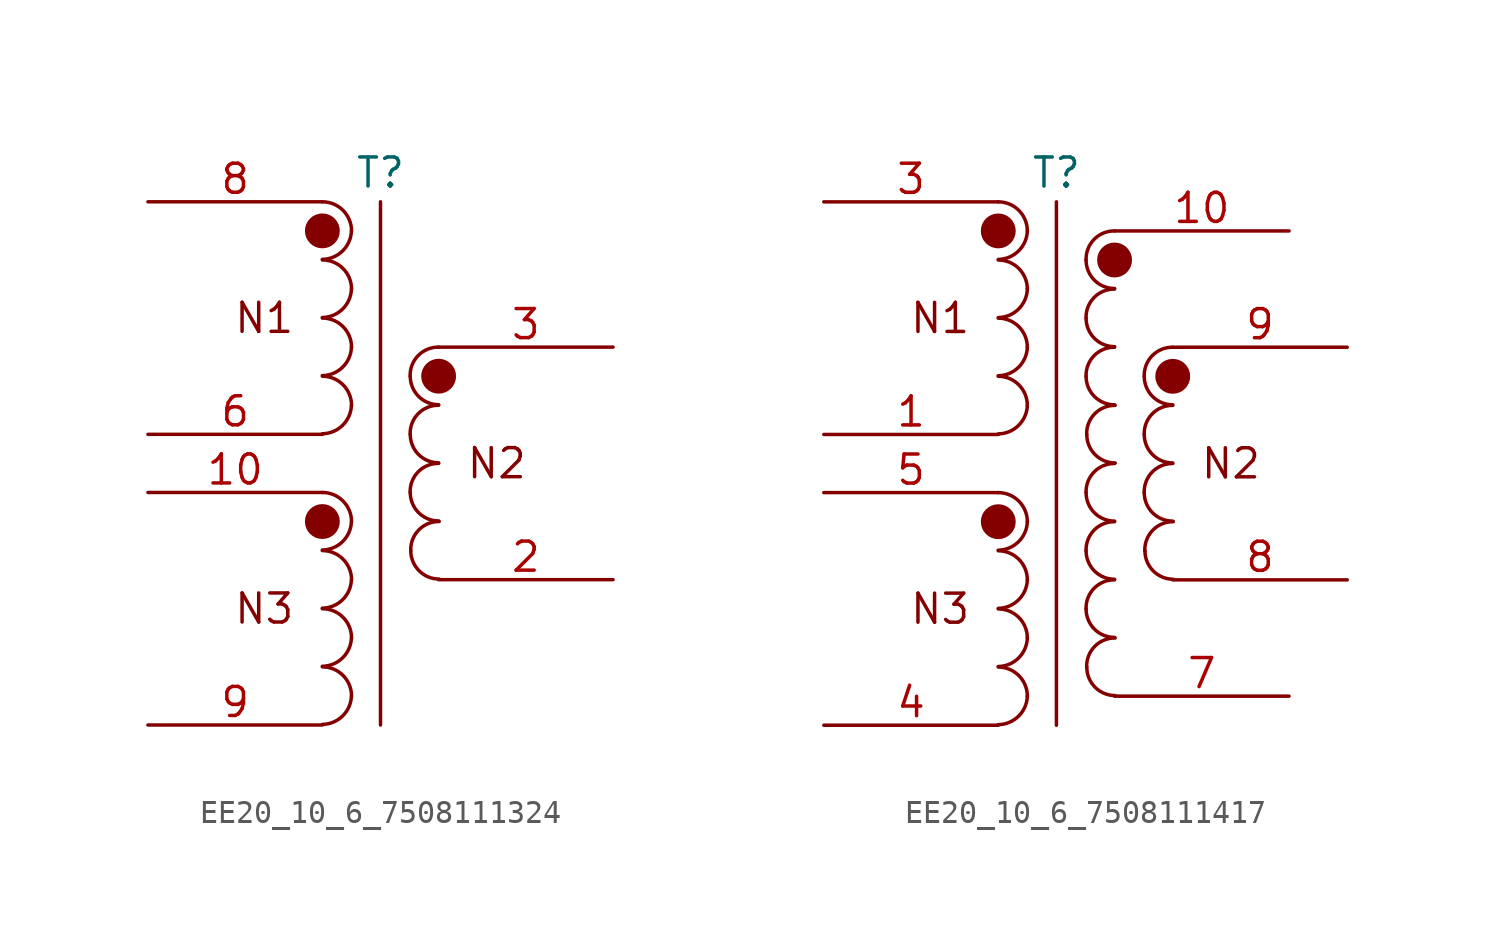
<source format=kicad_sym>
(kicad_symbol_lib
  (version 20220914)
  (generator kicad_symbol_editor)
  (symbol "EE20_10_6_7508111324"
    (pin_names hide)
    (property "Reference" "T"
      (at 0 12.7 0)
      (effects (font (size 1.27 1.27))))
    (symbol "EE20_10_6_7508111324_0_1"
      (arc (start -2.54 -11.4046) (mid -1.6561 -11.0363) (end -1.27 -10.16) (stroke (width 0) (type default)) (fill (type none)))
      (arc (start -2.54 -8.8646) (mid -1.6561 -8.4963) (end -1.27 -7.62) (stroke (width 0) (type default)) (fill (type none)))
      (arc (start -2.54 -6.3246) (mid -1.6561 -5.9563) (end -1.27 -5.08) (stroke (width 0) (type default)) (fill (type none)))
      (arc (start -2.54 -3.7846) (mid -1.6561 -3.4163) (end -1.27 -2.54) (stroke (width 0) (type default)) (fill (type none)))
      (arc (start -2.54 1.2954) (mid -1.6561 1.6637) (end -1.27 2.54) (stroke (width 0) (type default)) (fill (type none)))
      (arc (start -2.54 3.8354) (mid -1.6561 4.2037) (end -1.27 5.08) (stroke (width 0) (type default)) (fill (type none)))
      (arc (start -2.54 6.3754) (mid -1.6561 6.7437) (end -1.27 7.62) (stroke (width 0) (type default)) (fill (type none)))
      (arc (start -2.54 8.9154) (mid -1.6561 9.2837) (end -1.27 10.16) (stroke (width 0) (type default)) (fill (type none)))
      (arc (start -1.27 -10.16) (mid -1.642 -9.262) (end -2.54 -8.89) (stroke (width 0) (type default)) (fill (type none)))
      (arc (start -1.27 -7.62) (mid -1.642 -6.722) (end -2.54 -6.35) (stroke (width 0) (type default)) (fill (type none)))
      (arc (start -1.27 -5.08) (mid -1.642 -4.182) (end -2.54 -3.81) (stroke (width 0) (type default)) (fill (type none)))
      (arc (start -1.27 -2.54) (mid -1.642 -1.642) (end -2.54 -1.27) (stroke (width 0) (type default)) (fill (type none)))
      (arc (start -1.27 2.54) (mid -1.642 3.438) (end -2.54 3.81) (stroke (width 0) (type default)) (fill (type none)))
      (arc (start -1.27 5.08) (mid -1.642 5.978) (end -2.54 6.35) (stroke (width 0) (type default)) (fill (type none)))
      (arc (start -1.27 7.62) (mid -1.642 8.518) (end -2.54 8.89) (stroke (width 0) (type default)) (fill (type none)))
      (arc (start -1.27 10.16) (mid -1.642 11.058) (end -2.54 11.43) (stroke (width 0) (type default)) (fill (type none)))
      (polyline (pts (xy 0 11.43) (xy 0 -11.43)) (stroke (width 0) (type default)) (fill (type none)))
      (arc (start 1.2954 -1.27) (mid 1.6599 -2.1501) (end 2.54 -2.5146) (stroke (width 0) (type default)) (fill (type none)))
      (arc (start 1.2954 1.27) (mid 1.6599 0.3899) (end 2.54 0.0254) (stroke (width 0) (type default)) (fill (type none)))
      (arc (start 1.2954 3.81) (mid 1.6599 2.9299) (end 2.54 2.5654) (stroke (width 0) (type default)) (fill (type none)))
      (arc (start 1.3208 -3.81) (mid 1.6853 -4.6901) (end 2.5654 -5.0546) (stroke (width 0) (type default)) (fill (type none)))
      (arc (start 2.54 0) (mid 1.642 -0.372) (end 1.2954 -1.27) (stroke (width 0) (type default)) (fill (type none)))
      (arc (start 2.54 2.54) (mid 1.642 2.168) (end 1.2954 1.27) (stroke (width 0) (type default)) (fill (type none)))
      (arc (start 2.54 5.08) (mid 1.642 4.708) (end 1.2954 3.81) (stroke (width 0) (type default)) (fill (type none)))
      (arc (start 2.5654 -2.54) (mid 1.6674 -2.912) (end 1.3208 -3.81) (stroke (width 0) (type default)) (fill (type none))))
    (symbol "EE20_10_6_7508111324_1_1"
      (circle (center -2.54 -2.54) (radius 0.0001) (stroke (width 0.762) (type default)) (fill (type none)))
      (circle (center -2.54 10.16) (radius 0.0001) (stroke (width 0.762) (type default)) (fill (type none)))
      (circle (center 2.54 3.81) (radius 0.0001) (stroke (width 0.762) (type default)) (fill (type none)))
      (text "N1" (at -5.08 6.35 0) (effects (font (size 1.27 1.27))))
      (text "N2" (at 5.08 0 0) (effects (font (size 1.27 1.27))))
      (text "N3" (at -5.08 -6.35 0) (effects (font (size 1.27 1.27))))
      (pin passive line (at -10.16 -1.27 0) (length 7.62) (name "10" (effects (font (size 1.27 1.27)))) (number "10" (effects (font (size 1.27 1.27)))))
      (pin passive line (at 10.16 -5.08 180) (length 7.62) (name "2" (effects (font (size 1.27 1.27)))) (number "2" (effects (font (size 1.27 1.27)))))
      (pin passive line (at 10.16 5.08 180) (length 7.62) (name "3" (effects (font (size 1.27 1.27)))) (number "3" (effects (font (size 1.27 1.27)))))
      (pin passive line (at -10.16 1.27 0) (length 7.62) (name "6" (effects (font (size 1.27 1.27)))) (number "6" (effects (font (size 1.27 1.27)))))
      (pin passive line (at -10.16 11.43 0) (length 7.62) (name "8" (effects (font (size 1.27 1.27)))) (number "8" (effects (font (size 1.27 1.27)))))
      (pin passive line (at -10.16 -11.43 0) (length 7.62) (name "9" (effects (font (size 1.27 1.27)))) (number "9" (effects (font (size 1.27 1.27)))))))
  (symbol "EE20_10_6_7508111417"
    (pin_names hide)
    (property "Reference" "T"
      (at 0 12.7 0)
      (effects (font (size 1.27 1.27))))
    (symbol "EE20_10_6_7508111417_0_1"
      (arc (start -2.54 -11.4046) (mid -1.6561 -11.0363) (end -1.27 -10.16) (stroke (width 0) (type default)) (fill (type none)))
      (arc (start -2.54 -8.8646) (mid -1.6561 -8.4963) (end -1.27 -7.62) (stroke (width 0) (type default)) (fill (type none)))
      (arc (start -2.54 -6.3246) (mid -1.6561 -5.9563) (end -1.27 -5.08) (stroke (width 0) (type default)) (fill (type none)))
      (arc (start -2.54 -3.7846) (mid -1.6561 -3.4163) (end -1.27 -2.54) (stroke (width 0) (type default)) (fill (type none)))
      (arc (start -2.54 1.2954) (mid -1.6561 1.6637) (end -1.27 2.54) (stroke (width 0) (type default)) (fill (type none)))
      (arc (start -2.54 3.8354) (mid -1.6561 4.2037) (end -1.27 5.08) (stroke (width 0) (type default)) (fill (type none)))
      (arc (start -2.54 6.3754) (mid -1.6561 6.7437) (end -1.27 7.62) (stroke (width 0) (type default)) (fill (type none)))
      (arc (start -2.54 8.9154) (mid -1.6561 9.2837) (end -1.27 10.16) (stroke (width 0) (type default)) (fill (type none)))
      (arc (start -1.27 -10.16) (mid -1.642 -9.262) (end -2.54 -8.89) (stroke (width 0) (type default)) (fill (type none)))
      (arc (start -1.27 -7.62) (mid -1.642 -6.722) (end -2.54 -6.35) (stroke (width 0) (type default)) (fill (type none)))
      (arc (start -1.27 -5.08) (mid -1.642 -4.182) (end -2.54 -3.81) (stroke (width 0) (type default)) (fill (type none)))
      (arc (start -1.27 -2.54) (mid -1.642 -1.642) (end -2.54 -1.27) (stroke (width 0) (type default)) (fill (type none)))
      (arc (start -1.27 2.54) (mid -1.642 3.438) (end -2.54 3.81) (stroke (width 0) (type default)) (fill (type none)))
      (arc (start -1.27 5.08) (mid -1.642 5.978) (end -2.54 6.35) (stroke (width 0) (type default)) (fill (type none)))
      (arc (start -1.27 7.62) (mid -1.642 8.518) (end -2.54 8.89) (stroke (width 0) (type default)) (fill (type none)))
      (arc (start -1.27 10.16) (mid -1.642 11.058) (end -2.54 11.43) (stroke (width 0) (type default)) (fill (type none)))
      (polyline (pts (xy 0 11.43) (xy 0 -11.43)) (stroke (width 0) (type default)) (fill (type none)))
      (arc (start 1.2954 -6.35) (mid 1.6599 -7.2301) (end 2.54 -7.5946) (stroke (width 0) (type default)) (fill (type none)))
      (arc (start 1.2954 -3.81) (mid 1.6599 -4.6901) (end 2.54 -5.0546) (stroke (width 0) (type default)) (fill (type none)))
      (arc (start 1.2954 -1.27) (mid 1.6599 -2.1501) (end 2.54 -2.5146) (stroke (width 0) (type default)) (fill (type none)))
      (arc (start 1.2954 3.81) (mid 1.6599 2.9299) (end 2.54 2.5654) (stroke (width 0) (type default)) (fill (type none)))
      (arc (start 1.2954 6.35) (mid 1.6599 5.4699) (end 2.54 5.1054) (stroke (width 0) (type default)) (fill (type none)))
      (arc (start 1.2954 8.89) (mid 1.6599 8.0099) (end 2.54 7.6454) (stroke (width 0) (type default)) (fill (type none)))
      (arc (start 1.3208 -8.89) (mid 1.6853 -9.7703) (end 2.5654 -10.1346) (stroke (width 0) (type default)) (fill (type none)))
      (arc (start 1.3208 1.27) (mid 1.6853 0.3897) (end 2.5654 0.0254) (stroke (width 0) (type default)) (fill (type none)))
      (arc (start 2.54 -5.08) (mid 1.6458 -5.4485) (end 1.2954 -6.35) (stroke (width 0) (type default)) (fill (type none)))
      (arc (start 2.54 -2.54) (mid 1.6458 -2.9085) (end 1.2954 -3.81) (stroke (width 0) (type default)) (fill (type none)))
      (arc (start 2.54 0) (mid 1.6458 -0.3685) (end 1.2954 -1.27) (stroke (width 0) (type default)) (fill (type none)))
      (arc (start 2.54 5.08) (mid 1.6458 4.7115) (end 1.2954 3.81) (stroke (width 0) (type default)) (fill (type none)))
      (arc (start 2.54 7.62) (mid 1.6458 7.2515) (end 1.2954 6.35) (stroke (width 0) (type default)) (fill (type none)))
      (arc (start 2.54 10.16) (mid 1.6458 9.7915) (end 1.2954 8.89) (stroke (width 0) (type default)) (fill (type none)))
      (arc (start 2.5654 -7.62) (mid 1.6709 -7.9883) (end 1.3208 -8.89) (stroke (width 0) (type default)) (fill (type none)))
      (arc (start 2.5654 2.54) (mid 1.6709 2.1717) (end 1.3208 1.27) (stroke (width 0) (type default)) (fill (type none)))
      (arc (start 3.8354 -1.27) (mid 4.1999 -2.1501) (end 5.08 -2.5146) (stroke (width 0) (type default)) (fill (type none)))
      (arc (start 3.8354 1.27) (mid 4.1999 0.3899) (end 5.08 0.0254) (stroke (width 0) (type default)) (fill (type none)))
      (arc (start 3.8354 3.81) (mid 4.1999 2.9299) (end 5.08 2.5654) (stroke (width 0) (type default)) (fill (type none)))
      (arc (start 3.8608 -3.81) (mid 4.2254 -4.6899) (end 5.1054 -5.0546) (stroke (width 0) (type default)) (fill (type none)))
      (arc (start 5.08 0) (mid 4.1858 -0.3685) (end 3.8354 -1.27) (stroke (width 0) (type default)) (fill (type none)))
      (arc (start 5.08 2.54) (mid 4.1858 2.1715) (end 3.8354 1.27) (stroke (width 0) (type default)) (fill (type none)))
      (arc (start 5.08 5.08) (mid 4.1858 4.7115) (end 3.8354 3.81) (stroke (width 0) (type default)) (fill (type none)))
      (arc (start 5.1054 -2.54) (mid 4.2109 -2.9083) (end 3.8608 -3.81) (stroke (width 0) (type default)) (fill (type none))))
    (symbol "EE20_10_6_7508111417_1_1"
      (circle (center -2.54 -2.54) (radius 0.0001) (stroke (width 0.762) (type default)) (fill (type none)))
      (circle (center -2.54 10.16) (radius 0.0001) (stroke (width 0.762) (type default)) (fill (type none)))
      (circle (center 2.54 8.89) (radius 0.0001) (stroke (width 0.762) (type default)) (fill (type none)))
      (circle (center 5.08 3.81) (radius 0.0001) (stroke (width 0.762) (type default)) (fill (type none)))
      (text "N1" (at -5.08 6.35 0) (effects (font (size 1.27 1.27))))
      (text "N2" (at 7.62 0 0) (effects (font (size 1.27 1.27))))
      (text "N3" (at -5.08 -6.35 0) (effects (font (size 1.27 1.27))))
      (pin passive line (at -10.16 1.27 0) (length 7.62) (name "1" (effects (font (size 1.27 1.27)))) (number "1" (effects (font (size 1.27 1.27)))))
      (pin passive line (at 10.16 10.16 180) (length 7.62) (name "10" (effects (font (size 1.27 1.27)))) (number "10" (effects (font (size 1.27 1.27)))))
      (pin passive line (at -10.16 11.43 0) (length 7.62) (name "3" (effects (font (size 1.27 1.27)))) (number "3" (effects (font (size 1.27 1.27)))))
      (pin passive line (at -10.16 -11.43 0) (length 7.62) (name "4" (effects (font (size 1.27 1.27)))) (number "4" (effects (font (size 1.27 1.27)))))
      (pin passive line (at -10.16 -1.27 0) (length 7.62) (name "5" (effects (font (size 1.27 1.27)))) (number "5" (effects (font (size 1.27 1.27)))))
      (pin passive line (at 10.16 -10.16 180) (length 7.62) (name "7" (effects (font (size 1.27 1.27)))) (number "7" (effects (font (size 1.27 1.27)))))
      (pin passive line (at 12.7 -5.08 180) (length 7.62) (name "8" (effects (font (size 1.27 1.27)))) (number "8" (effects (font (size 1.27 1.27)))))
      (pin passive line (at 12.7 5.08 180) (length 7.62) (name "9" (effects (font (size 1.27 1.27)))) (number "9" (effects (font (size 1.27 1.27))))))))
</source>
